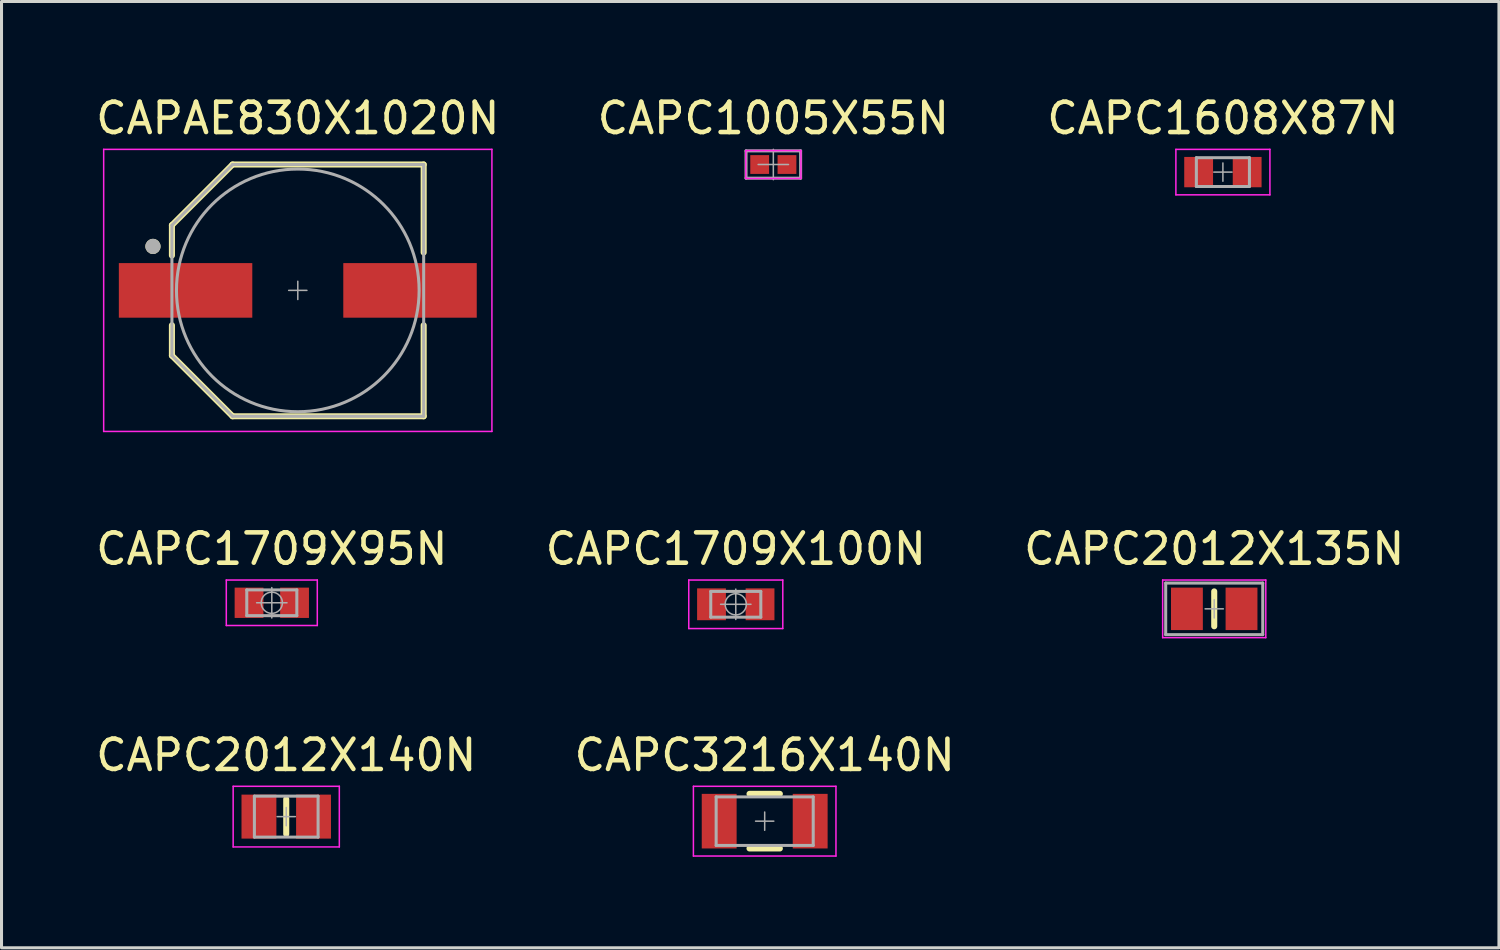
<source format=kicad_pcb>
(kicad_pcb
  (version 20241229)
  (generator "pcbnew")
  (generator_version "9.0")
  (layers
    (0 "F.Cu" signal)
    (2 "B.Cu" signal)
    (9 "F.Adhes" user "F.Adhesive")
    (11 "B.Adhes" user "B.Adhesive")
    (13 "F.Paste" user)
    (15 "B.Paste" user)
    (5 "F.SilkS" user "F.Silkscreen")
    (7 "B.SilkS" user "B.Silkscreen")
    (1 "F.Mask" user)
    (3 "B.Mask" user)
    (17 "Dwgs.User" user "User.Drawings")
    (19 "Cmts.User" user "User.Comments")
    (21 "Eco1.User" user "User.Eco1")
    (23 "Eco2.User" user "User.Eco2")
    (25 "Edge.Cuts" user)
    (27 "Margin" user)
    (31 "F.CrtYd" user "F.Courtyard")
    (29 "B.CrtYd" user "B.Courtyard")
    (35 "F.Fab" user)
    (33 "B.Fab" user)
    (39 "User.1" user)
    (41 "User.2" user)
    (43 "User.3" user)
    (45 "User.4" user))
  (footprint "CAPC1709X100N"
    (layer "F.Cu")
    (at 21.208 16.873)
    (property "Reference" "CAPC1709X100N" (at 0 -1.826 0) (layer "F.SilkS") (effects (font (size 1 1) (thickness 0.15))))
    (attr smd)
    (fp_line (start -1.55 -0.8) (end 1.55 -0.8) (stroke (width 0.05) (type solid)) (layer "F.CrtYd"))
    (fp_line (start -1.55 0.8) (end -1.55 -0.8) (stroke (width 0.05) (type solid)) (layer "F.CrtYd"))
    (fp_line (start -1.55 0.8) (end 1.55 0.8) (stroke (width 0.05) (type solid)) (layer "F.CrtYd"))
    (fp_line (start 1.55 0.8) (end 1.55 -0.8) (stroke (width 0.05) (type solid)) (layer "F.CrtYd"))
    (fp_line (start -0.825 -0.425) (end 0.825 -0.425) (stroke (width 0.1) (type solid)) (layer "F.Fab"))
    (fp_line (start -0.825 0.425) (end -0.825 -0.425) (stroke (width 0.1) (type solid)) (layer "F.Fab"))
    (fp_line (start -0.825 0.425) (end 0.825 0.425) (stroke (width 0.1) (type solid)) (layer "F.Fab"))
    (fp_line (start -0.5 0) (end 0.5 0) (stroke (width 0.05) (type solid)) (layer "F.Fab"))
    (fp_line (start 0 0.5) (end 0 -0.5) (stroke (width 0.05) (type solid)) (layer "F.Fab"))
    (fp_line (start 0.825 0.425) (end 0.825 -0.425) (stroke (width 0.1) (type solid)) (layer "F.Fab"))
    (fp_circle (center 0 0) (end 0.35 0) (stroke (width 0.05) (type solid)) (fill no) (layer "F.Fab"))
    (pad "1" smd rect (at -0.8 0 90) (size 1.05 0.95) (layers "F.Cu" "F.Mask" "F.Paste"))
    (pad "2" smd rect (at 0.8 0 90) (size 1.05 0.95) (layers "F.Cu" "F.Mask" "F.Paste")))
  (footprint "CAPAE830X1020N"
    (layer "F.Cu")
    (at 6.768 6.524)
    (property "Reference" "CAPAE830X1020N" (at 0 -5.676 0) (layer "F.SilkS") (effects (font (size 1 1) (thickness 0.15))))
    (attr smd)
    (fp_line (start -4.15 -2.15) (end -2.15 -4.15) (stroke (width 0.2) (type solid)) (layer "F.SilkS"))
    (fp_line (start -4.15 -1.15) (end -4.15 -2.15) (stroke (width 0.2) (type solid)) (layer "F.SilkS"))
    (fp_line (start -4.15 2.15) (end -4.15 1.15) (stroke (width 0.2) (type solid)) (layer "F.SilkS"))
    (fp_line (start -4.15 2.15) (end -2.15 4.15) (stroke (width 0.2) (type solid)) (layer "F.SilkS"))
    (fp_line (start -2.15 -4.15) (end 4.15 -4.15) (stroke (width 0.2) (type solid)) (layer "F.SilkS"))
    (fp_line (start -2.15 4.15) (end 4.15 4.15) (stroke (width 0.2) (type solid)) (layer "F.SilkS"))
    (fp_line (start 4.15 -1.25) (end 4.15 -4.15) (stroke (width 0.2) (type solid)) (layer "F.SilkS"))
    (fp_line (start 4.15 4.15) (end 4.15 1.15) (stroke (width 0.2) (type solid)) (layer "F.SilkS"))
    (fp_circle (center -4.775 -1.45) (end -4.65 -1.45) (stroke (width 0.25) (type solid)) (fill no) (layer "F.SilkS"))
    (fp_line (start -6.4 -4.65) (end 6.4 -4.65) (stroke (width 0.05) (type solid)) (layer "F.CrtYd"))
    (fp_line (start -6.4 4.65) (end -6.4 -4.65) (stroke (width 0.05) (type solid)) (layer "F.CrtYd"))
    (fp_line (start -6.4 4.65) (end 6.4 4.65) (stroke (width 0.05) (type solid)) (layer "F.CrtYd"))
    (fp_line (start 6.4 4.65) (end 6.4 -4.65) (stroke (width 0.05) (type solid)) (layer "F.CrtYd"))
    (fp_line (start -4.15 -2.15) (end -2.15 -4.15) (stroke (width 0.1) (type solid)) (layer "F.Fab"))
    (fp_line (start -4.15 2.15) (end -4.15 -2.15) (stroke (width 0.1) (type solid)) (layer "F.Fab"))
    (fp_line (start -4.15 2.15) (end -2.15 4.15) (stroke (width 0.1) (type solid)) (layer "F.Fab"))
    (fp_line (start -2.15 -4.15) (end 4.15 -4.15) (stroke (width 0.1) (type solid)) (layer "F.Fab"))
    (fp_line (start -2.15 4.15) (end 4.15 4.15) (stroke (width 0.1) (type solid)) (layer "F.Fab"))
    (fp_line (start -0.3 0) (end 0.3 0) (stroke (width 0.05) (type solid)) (layer "F.Fab"))
    (fp_line (start 0 0.3) (end 0 -0.3) (stroke (width 0.05) (type solid)) (layer "F.Fab"))
    (fp_line (start 4.15 4.15) (end 4.15 -4.15) (stroke (width 0.1) (type solid)) (layer "F.Fab"))
    (fp_circle (center -4.775 -1.45) (end -4.65 -1.45) (stroke (width 0.25) (type solid)) (fill no) (layer "F.Fab"))
    (fp_circle (center 0 0) (end 4 0) (stroke (width 0.1) (type solid)) (fill no) (layer "F.Fab"))
    (pad "1" smd rect (at -3.7 0) (size 4.4 1.8) (layers "F.Cu" "F.Mask" "F.Paste"))
    (pad "2" smd rect (at 3.7 0) (size 4.4 1.8) (layers "F.Cu" "F.Mask" "F.Paste")))
  (footprint "CAPC1608X87N"
    (layer "F.Cu")
    (at 37.268 2.624)
    (property "Reference" "CAPC1608X87N" (at 0 -1.776 0) (layer "F.SilkS") (effects (font (size 1 1) (thickness 0.15))))
    (attr smd)
    (fp_line (start -1.55 -0.75) (end 1.55 -0.75) (stroke (width 0.05) (type solid)) (layer "F.CrtYd"))
    (fp_line (start -1.55 0.75) (end -1.55 -0.75) (stroke (width 0.05) (type solid)) (layer "F.CrtYd"))
    (fp_line (start -1.55 0.75) (end 1.55 0.75) (stroke (width 0.05) (type solid)) (layer "F.CrtYd"))
    (fp_line (start 1.55 0.75) (end 1.55 -0.75) (stroke (width 0.05) (type solid)) (layer "F.CrtYd"))
    (fp_line (start -0.875 -0.475) (end 0.875 -0.475) (stroke (width 0.1) (type solid)) (layer "F.Fab"))
    (fp_line (start -0.875 0.475) (end -0.875 -0.475) (stroke (width 0.1) (type solid)) (layer "F.Fab"))
    (fp_line (start -0.875 0.475) (end 0.875 0.475) (stroke (width 0.1) (type solid)) (layer "F.Fab"))
    (fp_line (start -0.3 0) (end 0.3 0) (stroke (width 0.05) (type solid)) (layer "F.Fab"))
    (fp_line (start 0 0.3) (end 0 -0.3) (stroke (width 0.05) (type solid)) (layer "F.Fab"))
    (fp_line (start 0.875 0.475) (end 0.875 -0.475) (stroke (width 0.1) (type solid)) (layer "F.Fab"))
    (pad "1" smd rect (at -0.8 0) (size 0.95 1) (layers "F.Cu" "F.Mask" "F.Paste"))
    (pad "2" smd rect (at 0.8 0) (size 0.95 1) (layers "F.Cu" "F.Mask" "F.Paste")))
  (footprint "CAPC1709X95N"
    (layer "F.Cu")
    (at 5.911 16.823)
    (property "Reference" "CAPC1709X95N" (at 0 -1.776 0) (layer "F.SilkS") (effects (font (size 1 1) (thickness 0.15))))
    (attr smd)
    (fp_line (start -1.5 -0.75) (end 1.5 -0.75) (stroke (width 0.05) (type solid)) (layer "F.CrtYd"))
    (fp_line (start -1.5 0.75) (end -1.5 -0.75) (stroke (width 0.05) (type solid)) (layer "F.CrtYd"))
    (fp_line (start -1.5 0.75) (end 1.5 0.75) (stroke (width 0.05) (type solid)) (layer "F.CrtYd"))
    (fp_line (start 1.5 0.75) (end 1.5 -0.75) (stroke (width 0.05) (type solid)) (layer "F.CrtYd"))
    (fp_line (start -0.825 -0.425) (end 0.825 -0.425) (stroke (width 0.1) (type solid)) (layer "F.Fab"))
    (fp_line (start -0.825 0.425) (end -0.825 -0.425) (stroke (width 0.1) (type solid)) (layer "F.Fab"))
    (fp_line (start -0.825 0.425) (end 0.825 0.425) (stroke (width 0.1) (type solid)) (layer "F.Fab"))
    (fp_line (start -0.5 0) (end 0.5 0) (stroke (width 0.05) (type solid)) (layer "F.Fab"))
    (fp_line (start 0 0.5) (end 0 -0.5) (stroke (width 0.05) (type solid)) (layer "F.Fab"))
    (fp_line (start 0.825 0.425) (end 0.825 -0.425) (stroke (width 0.1) (type solid)) (layer "F.Fab"))
    (fp_circle (center 0 0) (end 0.35 0) (stroke (width 0.05) (type solid)) (fill no) (layer "F.Fab"))
    (pad "1" smd rect (at -0.75 0 90) (size 1 0.95) (layers "F.Cu" "F.Mask" "F.Paste"))
    (pad "2" smd rect (at 0.75 0 90) (size 1 0.95) (layers "F.Cu" "F.Mask" "F.Paste")))
  (footprint "CAPC1005X55N"
    (layer "F.Cu")
    (at 22.446 2.374)
    (property "Reference" "CAPC1005X55N" (at 0 -1.526 0) (layer "F.SilkS") (effects (font (size 1 1) (thickness 0.15))))
    (attr smd)
    (fp_line (start -0.91 -0.46) (end 0.91 -0.46) (stroke (width 0.05) (type solid)) (layer "F.CrtYd"))
    (fp_line (start -0.91 0.46) (end -0.91 -0.46) (stroke (width 0.05) (type solid)) (layer "F.CrtYd"))
    (fp_line (start -0.91 0.46) (end 0.91 0.46) (stroke (width 0.05) (type solid)) (layer "F.CrtYd"))
    (fp_line (start 0.91 0.46) (end 0.91 -0.46) (stroke (width 0.05) (type solid)) (layer "F.CrtYd"))
    (fp_line (start -0.9 -0.45) (end 0.9 -0.45) (stroke (width 0.1) (type solid)) (layer "F.Fab"))
    (fp_line (start -0.9 0.45) (end -0.9 -0.45) (stroke (width 0.1) (type solid)) (layer "F.Fab"))
    (fp_line (start -0.9 0.45) (end 0.9 0.45) (stroke (width 0.1) (type solid)) (layer "F.Fab"))
    (fp_line (start -0.5 0) (end 0.5 0) (stroke (width 0.05) (type solid)) (layer "F.Fab"))
    (fp_line (start 0 0.5) (end 0 -0.5) (stroke (width 0.05) (type solid)) (layer "F.Fab"))
    (fp_line (start 0.9 0.45) (end 0.9 -0.45) (stroke (width 0.1) (type solid)) (layer "F.Fab"))
    (pad "1" smd rect (at -0.45 0) (size 0.62 0.62) (layers "F.Cu" "F.Mask" "F.Paste"))
    (pad "2" smd rect (at 0.45 0) (size 0.62 0.62) (layers "F.Cu" "F.Mask" "F.Paste")))
  (footprint "CAPC2012X140N"
    (layer "F.Cu")
    (at 6.387 23.873)
    (property "Reference" "CAPC2012X140N" (at 0 -2.026 0) (layer "F.SilkS") (effects (font (size 1 1) (thickness 0.15))))
    (attr smd)
    (fp_line (start 0 0.575) (end 0 -0.575) (stroke (width 0.2) (type solid)) (layer "F.SilkS"))
    (fp_line (start -1.75 -1) (end 1.75 -1) (stroke (width 0.05) (type solid)) (layer "F.CrtYd"))
    (fp_line (start -1.75 1) (end -1.75 -1) (stroke (width 0.05) (type solid)) (layer "F.CrtYd"))
    (fp_line (start -1.75 1) (end 1.75 1) (stroke (width 0.05) (type solid)) (layer "F.CrtYd"))
    (fp_line (start 1.75 1) (end 1.75 -1) (stroke (width 0.05) (type solid)) (layer "F.CrtYd"))
    (fp_line (start -1.05 -0.675) (end 1.05 -0.675) (stroke (width 0.1) (type solid)) (layer "F.Fab"))
    (fp_line (start -1.05 0.675) (end -1.05 -0.675) (stroke (width 0.1) (type solid)) (layer "F.Fab"))
    (fp_line (start -1.05 0.675) (end 1.05 0.675) (stroke (width 0.1) (type solid)) (layer "F.Fab"))
    (fp_line (start -0.3 0) (end 0.3 0) (stroke (width 0.05) (type solid)) (layer "F.Fab"))
    (fp_line (start 0 0.3) (end 0 -0.3) (stroke (width 0.05) (type solid)) (layer "F.Fab"))
    (fp_line (start 1.05 0.675) (end 1.05 -0.675) (stroke (width 0.1) (type solid)) (layer "F.Fab"))
    (pad "1" smd rect (at -0.9 0 90) (size 1.45 1.15) (layers "F.Cu" "F.Mask" "F.Paste"))
    (pad "2" smd rect (at 0.9 0 90) (size 1.45 1.15) (layers "F.Cu" "F.Mask" "F.Paste")))
  (footprint "CAPC2012X135N"
    (layer "F.Cu")
    (at 36.982 17.023)
    (property "Reference" "CAPC2012X135N" (at 0 -1.976 0) (layer "F.SilkS") (effects (font (size 1 1) (thickness 0.15))))
    (attr smd)
    (fp_line (start 0 0.575) (end 0 -0.575) (stroke (width 0.2) (type solid)) (layer "F.SilkS"))
    (fp_line (start -1.7 -0.95) (end 1.7 -0.95) (stroke (width 0.05) (type solid)) (layer "F.CrtYd"))
    (fp_line (start -1.7 0.95) (end -1.7 -0.95) (stroke (width 0.05) (type solid)) (layer "F.CrtYd"))
    (fp_line (start -1.7 0.95) (end 1.7 0.95) (stroke (width 0.05) (type solid)) (layer "F.CrtYd"))
    (fp_line (start 1.7 0.95) (end 1.7 -0.95) (stroke (width 0.05) (type solid)) (layer "F.CrtYd"))
    (fp_line (start -1.6 -0.85) (end 1.6 -0.85) (stroke (width 0.1) (type solid)) (layer "F.Fab"))
    (fp_line (start -1.6 0.85) (end -1.6 -0.85) (stroke (width 0.1) (type solid)) (layer "F.Fab"))
    (fp_line (start -1.6 0.85) (end 1.6 0.85) (stroke (width 0.1) (type solid)) (layer "F.Fab"))
    (fp_line (start -0.3 0) (end 0.3 0) (stroke (width 0.05) (type solid)) (layer "F.Fab"))
    (fp_line (start 0 0.3) (end 0 -0.3) (stroke (width 0.05) (type solid)) (layer "F.Fab"))
    (fp_line (start 1.6 0.85) (end 1.6 -0.85) (stroke (width 0.1) (type solid)) (layer "F.Fab"))
    (pad "1" smd rect (at -0.9 0) (size 1.05 1.4) (layers "F.Cu" "F.Mask" "F.Paste"))
    (pad "2" smd rect (at 0.9 0) (size 1.05 1.4) (layers "F.Cu" "F.Mask" "F.Paste")))
  (footprint "CAPC3216X140N"
    (layer "F.Cu")
    (at 22.161 24.023)
    (property "Reference" "CAPC3216X140N" (at 0 -2.176 0) (layer "F.SilkS") (effects (font (size 1 1) (thickness 0.15))))
    (attr smd)
    (fp_line (start -0.5 -0.9) (end 0.5 -0.9) (stroke (width 0.2) (type solid)) (layer "F.SilkS"))
    (fp_line (start -0.5 0.9) (end 0.5 0.9) (stroke (width 0.2) (type solid)) (layer "F.SilkS"))
    (fp_line (start -2.35 -1.15) (end 2.35 -1.15) (stroke (width 0.05) (type solid)) (layer "F.CrtYd"))
    (fp_line (start -2.35 1.15) (end -2.35 -1.15) (stroke (width 0.05) (type solid)) (layer "F.CrtYd"))
    (fp_line (start -2.35 1.15) (end 2.35 1.15) (stroke (width 0.05) (type solid)) (layer "F.CrtYd"))
    (fp_line (start 2.35 1.15) (end 2.35 -1.15) (stroke (width 0.05) (type solid)) (layer "F.CrtYd"))
    (fp_line (start -1.6 -0.8) (end 1.6 -0.8) (stroke (width 0.1) (type solid)) (layer "F.Fab"))
    (fp_line (start -1.6 0.8) (end -1.6 -0.8) (stroke (width 0.1) (type solid)) (layer "F.Fab"))
    (fp_line (start -1.6 0.8) (end 1.6 0.8) (stroke (width 0.1) (type solid)) (layer "F.Fab"))
    (fp_line (start -0.3 0) (end 0.3 0) (stroke (width 0.05) (type solid)) (layer "F.Fab"))
    (fp_line (start 0 0.3) (end 0 -0.3) (stroke (width 0.05) (type solid)) (layer "F.Fab"))
    (fp_line (start 1.6 0.8) (end 1.6 -0.8) (stroke (width 0.1) (type solid)) (layer "F.Fab"))
    (pad "1" smd rect (at -1.5 0) (size 1.15 1.8) (layers "F.Cu" "F.Mask" "F.Paste"))
    (pad "2" smd rect (at 1.5 0) (size 1.15 1.8) (layers "F.Cu" "F.Mask" "F.Paste")))
  (gr_rect
    (start -3 -3)
    (end 46.369 28.198)
    (stroke (width 0.1) (type default))
    (fill no)
    (layer "Edge.Cuts")))
</source>
